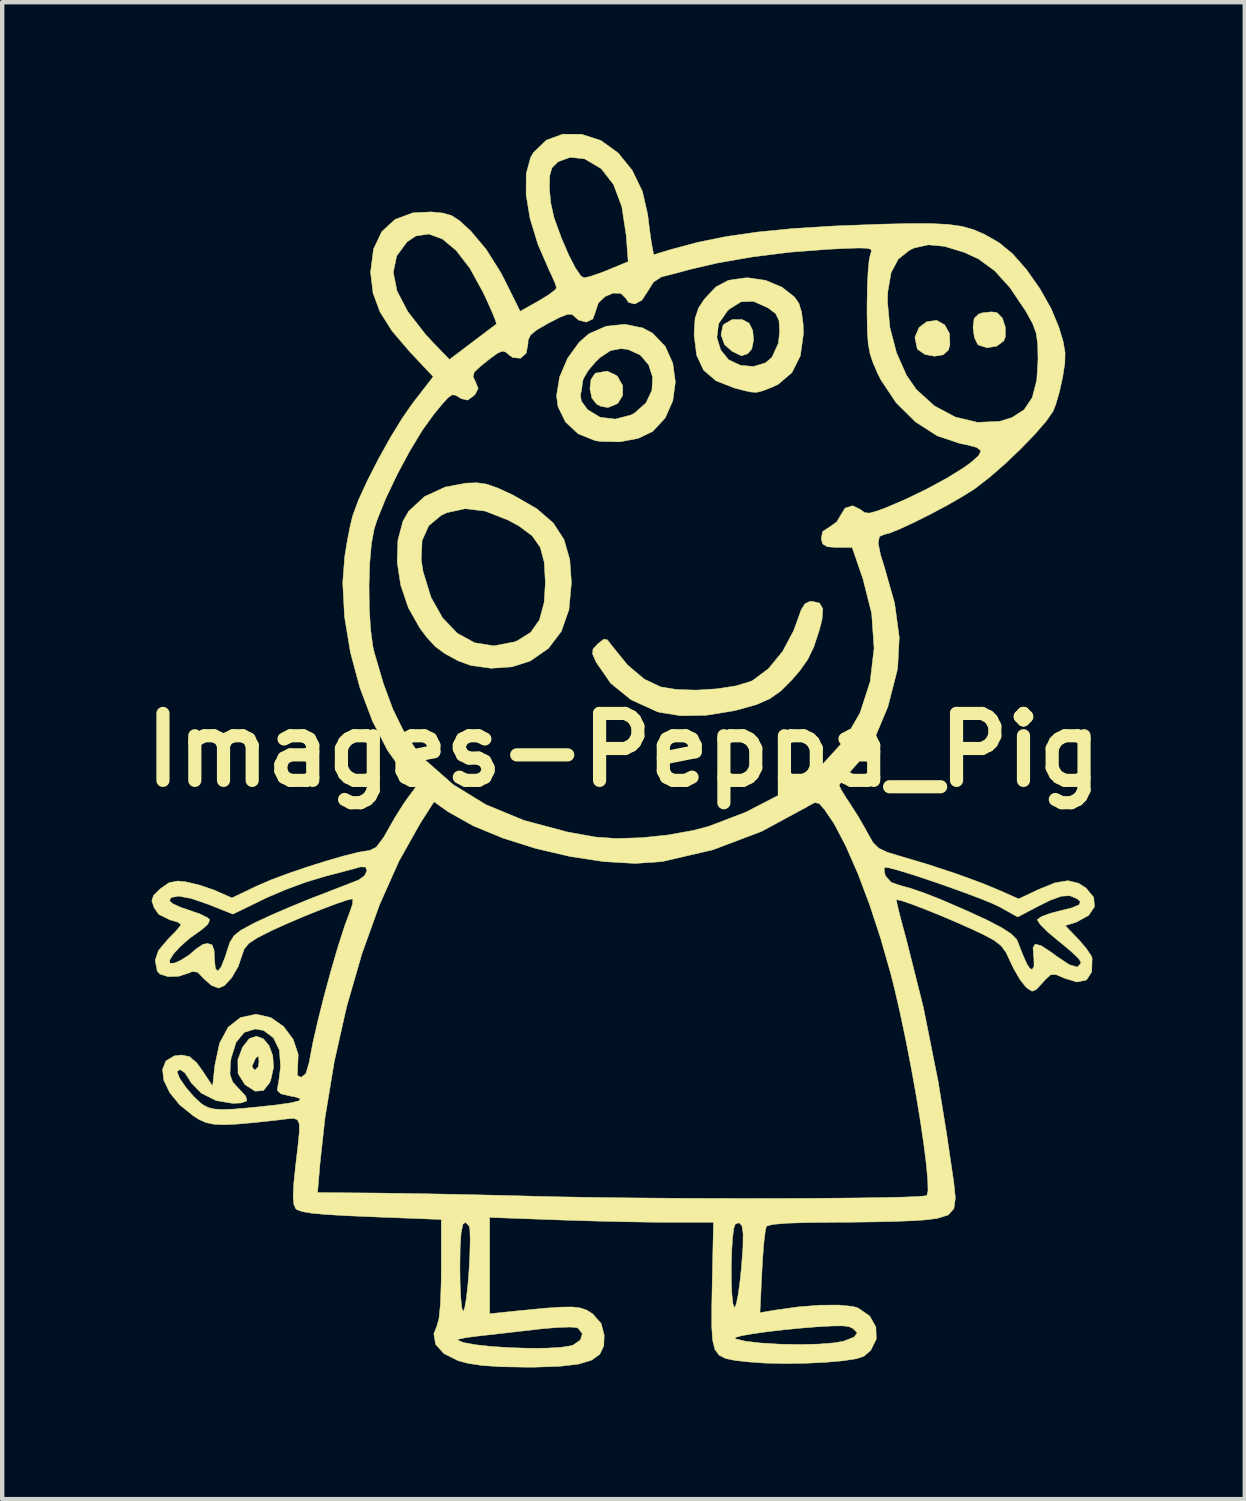
<source format=kicad_pcb>
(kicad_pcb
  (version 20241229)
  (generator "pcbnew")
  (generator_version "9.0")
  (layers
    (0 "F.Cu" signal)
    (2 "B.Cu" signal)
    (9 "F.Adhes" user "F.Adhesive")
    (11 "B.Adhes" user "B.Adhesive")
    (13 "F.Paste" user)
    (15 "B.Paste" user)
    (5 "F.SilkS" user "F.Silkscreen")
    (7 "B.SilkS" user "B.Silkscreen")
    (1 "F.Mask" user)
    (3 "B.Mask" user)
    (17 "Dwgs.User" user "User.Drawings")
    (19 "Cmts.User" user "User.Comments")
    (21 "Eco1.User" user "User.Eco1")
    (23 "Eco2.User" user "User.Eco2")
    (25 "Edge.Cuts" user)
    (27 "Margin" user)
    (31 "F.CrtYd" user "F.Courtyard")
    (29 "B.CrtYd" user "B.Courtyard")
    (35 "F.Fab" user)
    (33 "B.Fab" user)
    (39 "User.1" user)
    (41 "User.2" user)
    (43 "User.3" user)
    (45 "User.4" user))
  (footprint "Images-Peppa_Pig"
    (layer "F.Cu")
    (at 11.147 14.03)
    (property "Reference" "Images-Peppa_Pig" (at 0 0 0) (layer "F.SilkS") (effects (font (size 1.524 1.524) (thickness 0.3))))
    (attr through_hole)
    (fp_poly (pts (xy 7.313 -9.683) (xy 7.423 -9.486) (xy 7.433 -9.23) (xy 7.399 -9.109) (xy 7.28 -9.001) (xy 7.079 -8.969) (xy 6.865 -9.009) (xy 6.706 -9.118) (xy 6.687 -9.147) (xy 6.635 -9.399) (xy 6.733 -9.625) (xy 6.907 -9.755) (xy 7.132 -9.785) (xy 7.313 -9.683)) (stroke (width 0.01) (type solid)) (fill yes) (layer "F.SilkS"))
    (fp_poly (pts (xy -0.164 -8.532) (xy -0.133 -8.503) (xy -0.019 -8.299) (xy -0.018 -8.076) (xy -0.125 -7.902) (xy -0.164 -7.877) (xy -0.354 -7.8) (xy -0.514 -7.828) (xy -0.614 -7.881) (xy -0.721 -8.02) (xy -0.764 -8.23) (xy -0.74 -8.438) (xy -0.649 -8.574) (xy -0.628 -8.585) (xy -0.37 -8.63) (xy -0.164 -8.532)) (stroke (width 0.01) (type solid)) (fill yes) (layer "F.SilkS"))
    (fp_poly (pts (xy 2.862 -9.72) (xy 2.943 -9.554) (xy 2.962 -9.335) (xy 2.921 -9.134) (xy 2.829 -9.026) (xy 2.707 -8.985) (xy 2.681 -8.98) (xy 2.604 -9.017) (xy 2.475 -9.079) (xy 2.3 -9.235) (xy 2.222 -9.452) (xy 2.261 -9.659) (xy 2.287 -9.695) (xy 2.472 -9.803) (xy 2.7 -9.805) (xy 2.862 -9.72)) (stroke (width 0.01) (type solid)) (fill yes) (layer "F.SilkS"))
    (fp_poly (pts (xy 8.506 -9.961) (xy 8.627 -9.838) (xy 8.696 -9.627) (xy 8.695 -9.41) (xy 8.661 -9.321) (xy 8.501 -9.199) (xy 8.281 -9.161) (xy 8.087 -9.222) (xy 8.064 -9.242) (xy 7.99 -9.396) (xy 7.959 -9.621) (xy 7.959 -9.625) (xy 7.985 -9.83) (xy 8.089 -9.93) (xy 8.17 -9.956) (xy 8.381 -9.979) (xy 8.506 -9.961)) (stroke (width 0.01) (type solid)) (fill yes) (layer "F.SilkS"))
    (fp_poly (pts (xy -8.199 6.575) (xy -8.07 6.731) (xy -7.986 6.956) (xy -7.968 7.226) (xy -8.033 7.517) (xy -8.057 7.574) (xy -8.199 7.752) (xy -8.387 7.767) (xy -8.615 7.621) (xy -8.62 7.617) (xy -8.777 7.364) (xy -8.779 7.203) (xy -8.461 7.203) (xy -8.41 7.279) (xy -8.382 7.281) (xy -8.316 7.21) (xy -8.299 7.091) (xy -8.312 6.967) (xy -8.362 6.998) (xy -8.382 7.027) (xy -8.461 7.203) (xy -8.779 7.203) (xy -8.781 7.05) (xy -8.676 6.769) (xy -8.521 6.57) (xy -8.356 6.514) (xy -8.199 6.575)) (stroke (width 0.01) (type solid)) (fill yes) (layer "F.SilkS"))
    (fp_poly (pts (xy 4.464 -3.348) (xy 4.538 -3.217) (xy 4.521 -2.974) (xy 4.457 -2.724) (xy 4.333 -2.349) (xy 4.198 -2.068) (xy 4.013 -1.806) (xy 3.831 -1.596) (xy 3.582 -1.347) (xy 3.332 -1.17) (xy 3.03 -1.037) (xy 2.623 -0.922) (xy 2.507 -0.894) (xy 1.886 -0.793) (xy 1.308 -0.782) (xy 0.82 -0.86) (xy 0.762 -0.878) (xy 0.169 -1.148) (xy -0.292 -1.523) (xy -0.622 -2.001) (xy -0.704 -2.186) (xy -0.694 -2.3) (xy -0.587 -2.418) (xy -0.58 -2.424) (xy -0.449 -2.527) (xy -0.364 -2.509) (xy -0.266 -2.379) (xy 0.092 -1.938) (xy 0.472 -1.617) (xy 0.849 -1.438) (xy 0.85 -1.438) (xy 1.217 -1.379) (xy 1.664 -1.366) (xy 2.133 -1.396) (xy 2.563 -1.463) (xy 2.896 -1.564) (xy 2.94 -1.585) (xy 3.3 -1.853) (xy 3.623 -2.246) (xy 3.875 -2.72) (xy 3.949 -2.923) (xy 4.045 -3.192) (xy 4.133 -3.333) (xy 4.242 -3.384) (xy 4.294 -3.387) (xy 4.464 -3.348)) (stroke (width 0.01) (type solid)) (fill yes) (layer "F.SilkS"))
    (fp_poly (pts (xy 0.44 -9.612) (xy 0.663 -9.493) (xy 0.951 -9.192) (xy 1.123 -8.808) (xy 1.181 -8.381) (xy 1.123 -7.953) (xy 0.951 -7.564) (xy 0.665 -7.256) (xy 0.661 -7.254) (xy 0.334 -7.098) (xy -0.085 -7.019) (xy -0.529 -7.029) (xy -0.651 -7.049) (xy -1.03 -7.201) (xy -1.32 -7.47) (xy -1.491 -7.82) (xy -1.524 -8.072) (xy -1.52 -8.096) (xy -0.981 -8.096) (xy -0.959 -7.946) (xy -0.823 -7.758) (xy -0.816 -7.751) (xy -0.532 -7.578) (xy -0.186 -7.537) (xy 0.17 -7.631) (xy 0.255 -7.676) (xy 0.513 -7.906) (xy 0.647 -8.19) (xy 0.664 -8.491) (xy 0.574 -8.772) (xy 0.383 -8.995) (xy 0.101 -9.124) (xy -0.061 -9.141) (xy -0.296 -9.097) (xy -0.532 -8.94) (xy -0.632 -8.845) (xy -0.807 -8.639) (xy -0.915 -8.454) (xy -0.931 -8.386) (xy -0.958 -8.176) (xy -0.981 -8.096) (xy -1.52 -8.096) (xy -1.455 -8.495) (xy -1.272 -8.922) (xy -1.006 -9.29) (xy -0.784 -9.482) (xy -0.395 -9.652) (xy 0.032 -9.696) (xy 0.44 -9.612)) (stroke (width 0.01) (type solid)) (fill yes) (layer "F.SilkS"))
    (fp_poly (pts (xy 3.241 -10.695) (xy 3.607 -10.541) (xy 3.891 -10.319) (xy 3.992 -10.178) (xy 4.055 -9.973) (xy 4.092 -9.679) (xy 4.097 -9.477) (xy 4.027 -8.977) (xy 3.835 -8.595) (xy 3.523 -8.33) (xy 3.383 -8.264) (xy 3.177 -8.183) (xy 3.035 -8.146) (xy 2.891 -8.154) (xy 2.682 -8.204) (xy 2.524 -8.246) (xy 2.107 -8.409) (xy 1.826 -8.649) (xy 1.666 -8.988) (xy 1.616 -9.392) (xy 2.127 -9.392) (xy 2.214 -9.109) (xy 2.395 -8.888) (xy 2.663 -8.761) (xy 2.961 -8.735) (xy 3.234 -8.818) (xy 3.381 -8.944) (xy 3.529 -9.269) (xy 3.556 -9.538) (xy 3.54 -9.785) (xy 3.466 -9.937) (xy 3.298 -10.066) (xy 3.281 -10.076) (xy 2.957 -10.219) (xy 2.679 -10.21) (xy 2.414 -10.045) (xy 2.364 -9.997) (xy 2.164 -9.707) (xy 2.127 -9.392) (xy 1.616 -9.392) (xy 1.609 -9.447) (xy 1.609 -9.507) (xy 1.63 -9.829) (xy 1.711 -10.07) (xy 1.841 -10.267) (xy 2.103 -10.546) (xy 2.388 -10.698) (xy 2.757 -10.751) (xy 2.85 -10.753) (xy 3.241 -10.695)) (stroke (width 0.01) (type solid)) (fill yes) (layer "F.SilkS"))
    (fp_poly (pts (xy -3.116 -6.056) (xy -2.866 -5.969) (xy -2.53 -5.813) (xy -2.503 -5.8) (xy -1.976 -5.497) (xy -1.599 -5.171) (xy -1.355 -4.795) (xy -1.223 -4.339) (xy -1.186 -3.81) (xy -1.242 -3.198) (xy -1.415 -2.704) (xy -1.709 -2.316) (xy -2.124 -2.028) (xy -2.537 -1.896) (xy -3.014 -1.863) (xy -3.483 -1.929) (xy -3.768 -2.034) (xy -4.072 -2.2) (xy -4.286 -2.358) (xy -4.476 -2.564) (xy -4.638 -2.78) (xy -4.899 -3.241) (xy -5.072 -3.755) (xy -5.153 -4.281) (xy -5.151 -4.33) (xy -4.605 -4.33) (xy -4.565 -4.07) (xy -4.385 -3.483) (xy -4.119 -3.009) (xy -3.782 -2.659) (xy -3.389 -2.444) (xy -2.954 -2.374) (xy -2.492 -2.462) (xy -2.412 -2.493) (xy -2.113 -2.681) (xy -1.914 -2.964) (xy -1.806 -3.363) (xy -1.779 -3.81) (xy -1.804 -4.275) (xy -1.895 -4.617) (xy -2.079 -4.879) (xy -2.379 -5.103) (xy -2.631 -5.239) (xy -3.149 -5.442) (xy -3.607 -5.497) (xy -4.023 -5.406) (xy -4.15 -5.346) (xy -4.435 -5.109) (xy -4.586 -4.771) (xy -4.605 -4.33) (xy -5.151 -4.33) (xy -5.137 -4.78) (xy -5.022 -5.212) (xy -4.891 -5.439) (xy -4.532 -5.772) (xy -4.059 -5.99) (xy -3.583 -6.079) (xy -3.336 -6.087) (xy -3.116 -6.056)) (stroke (width 0.01) (type solid)) (fill yes) (layer "F.SilkS"))
    (fp_poly (pts (xy -0.952 -14.022) (xy -0.515 -13.881) (xy -0.124 -13.599) (xy 0.199 -13.202) (xy 0.432 -12.719) (xy 0.552 -12.192) (xy 0.589 -11.884) (xy 0.627 -11.612) (xy 0.645 -11.503) (xy 0.687 -11.28) (xy 1.084 -11.4) (xy 1.685 -11.561) (xy 2.333 -11.693) (xy 3.054 -11.797) (xy 3.87 -11.877) (xy 4.807 -11.935) (xy 5.884 -11.976) (xy 6.518 -11.99) (xy 7.013 -11.989) (xy 7.4 -11.969) (xy 7.71 -11.925) (xy 7.973 -11.851) (xy 8.22 -11.743) (xy 8.481 -11.596) (xy 8.561 -11.547) (xy 8.86 -11.301) (xy 9.177 -10.94) (xy 9.481 -10.508) (xy 9.738 -10.052) (xy 9.914 -9.627) (xy 10.012 -9.299) (xy 10.055 -9.053) (xy 10.05 -8.813) (xy 10.002 -8.504) (xy 9.999 -8.488) (xy 9.928 -8.163) (xy 9.845 -7.876) (xy 9.78 -7.713) (xy 9.623 -7.487) (xy 9.365 -7.19) (xy 9.042 -6.856) (xy 8.686 -6.517) (xy 8.332 -6.209) (xy 8.014 -5.963) (xy 7.969 -5.932) (xy 7.694 -5.76) (xy 7.354 -5.566) (xy 6.984 -5.369) (xy 6.62 -5.187) (xy 6.299 -5.038) (xy 6.057 -4.94) (xy 5.94 -4.911) (xy 5.828 -4.864) (xy 5.799 -4.713) (xy 5.855 -4.44) (xy 5.928 -4.211) (xy 6.174 -3.344) (xy 6.279 -2.567) (xy 6.244 -1.881) (xy 6.229 -1.8) (xy 6.021 -0.989) (xy 5.738 -0.312) (xy 5.368 0.255) (xy 5.169 0.482) (xy 5.012 0.657) (xy 4.921 0.781) (xy 4.911 0.806) (xy 4.955 0.9) (xy 5.067 1.084) (xy 5.153 1.212) (xy 5.343 1.509) (xy 5.524 1.823) (xy 5.572 1.914) (xy 5.685 2.11) (xy 5.814 2.235) (xy 6.01 2.327) (xy 6.282 2.41) (xy 6.931 2.602) (xy 7.573 2.814) (xy 8.152 3.025) (xy 8.53 3.181) (xy 8.998 3.388) (xy 9.447 3.176) (xy 9.828 3.021) (xy 10.12 2.974) (xy 10.363 3.032) (xy 10.53 3.139) (xy 10.707 3.352) (xy 10.725 3.568) (xy 10.591 3.764) (xy 10.314 3.917) (xy 10.257 3.936) (xy 10.058 3.996) (xy 10.356 4.305) (xy 10.532 4.508) (xy 10.648 4.68) (xy 10.671 4.741) (xy 10.662 5.051) (xy 10.544 5.234) (xy 10.327 5.281) (xy 10.044 5.195) (xy 9.848 5.111) (xy 9.726 5.116) (xy 9.603 5.227) (xy 9.54 5.3) (xy 9.397 5.454) (xy 9.303 5.491) (xy 9.2 5.426) (xy 9.16 5.391) (xy 9.028 5.224) (xy 8.882 4.971) (xy 8.81 4.818) (xy 8.71 4.607) (xy 8.6 4.456) (xy 8.441 4.332) (xy 8.192 4.198) (xy 7.977 4.097) (xy 7.611 3.933) (xy 7.231 3.771) (xy 6.869 3.625) (xy 6.558 3.506) (xy 6.331 3.429) (xy 6.221 3.405) (xy 6.216 3.407) (xy 6.228 3.493) (xy 6.279 3.707) (xy 6.359 4.014) (xy 6.436 4.296) (xy 6.828 5.856) (xy 7.165 7.546) (xy 7.362 8.763) (xy 7.419 9.153) (xy 7.479 9.559) (xy 7.519 9.828) (xy 7.557 10.2) (xy 7.523 10.442) (xy 7.393 10.586) (xy 7.142 10.664) (xy 6.871 10.698) (xy 6.595 10.716) (xy 6.191 10.732) (xy 5.703 10.743) (xy 5.172 10.75) (xy 4.81 10.752) (xy 4.172 10.758) (xy 3.702 10.774) (xy 3.399 10.801) (xy 3.261 10.839) (xy 3.254 10.846) (xy 3.227 10.965) (xy 3.197 11.214) (xy 3.17 11.555) (xy 3.152 11.876) (xy 3.107 12.811) (xy 3.438 12.754) (xy 3.971 12.679) (xy 4.472 12.639) (xy 4.903 12.636) (xy 5.226 12.669) (xy 5.34 12.702) (xy 5.606 12.886) (xy 5.747 13.136) (xy 5.757 13.411) (xy 5.63 13.667) (xy 5.476 13.802) (xy 5.305 13.858) (xy 5.002 13.905) (xy 4.606 13.94) (xy 4.153 13.962) (xy 3.681 13.969) (xy 3.229 13.959) (xy 2.839 13.931) (xy 2.546 13.898) (xy 2.329 13.855) (xy 2.178 13.779) (xy 2.081 13.646) (xy 2.029 13.434) (xy 2.027 13.403) (xy 2.54 13.403) (xy 2.774 13.46) (xy 3.128 13.501) (xy 3.557 13.527) (xy 4.011 13.535) (xy 4.443 13.525) (xy 4.806 13.496) (xy 5.016 13.458) (xy 5.253 13.365) (xy 5.323 13.268) (xy 5.225 13.169) (xy 5.128 13.126) (xy 4.994 13.11) (xy 4.748 13.113) (xy 4.423 13.131) (xy 4.049 13.161) (xy 3.659 13.199) (xy 3.283 13.243) (xy 2.952 13.289) (xy 2.697 13.333) (xy 2.55 13.373) (xy 2.54 13.403) (xy 2.027 13.403) (xy 2.009 13.118) (xy 2.01 12.675) (xy 2.019 12.199) (xy 2.028 11.756) (xy 2.455 11.756) (xy 2.457 12.096) (xy 2.469 12.394) (xy 2.492 12.609) (xy 2.526 12.699) (xy 2.529 12.7) (xy 2.566 12.621) (xy 2.61 12.408) (xy 2.653 12.095) (xy 2.685 11.79) (xy 2.72 11.324) (xy 2.724 11.009) (xy 2.696 10.827) (xy 2.634 10.763) (xy 2.547 10.79) (xy 2.511 10.89) (xy 2.483 11.112) (xy 2.464 11.414) (xy 2.455 11.756) (xy 2.028 11.756) (xy 2.049 10.753) (xy 1.038 10.753) (xy 0.598 10.749) (xy 0.045 10.74) (xy -0.565 10.726) (xy -1.178 10.708) (xy -1.51 10.697) (xy -3.048 10.641) (xy -3.048 12.834) (xy -2.307 12.758) (xy -1.798 12.709) (xy -1.426 12.683) (xy -1.162 12.68) (xy -0.974 12.704) (xy -0.833 12.754) (xy -0.708 12.833) (xy -0.702 12.837) (xy -0.508 13.057) (xy -0.439 13.323) (xy -0.45 13.57) (xy -0.54 13.757) (xy -0.727 13.892) (xy -1.027 13.982) (xy -1.456 14.032) (xy -2.032 14.051) (xy -2.226 14.051) (xy -2.788 14.041) (xy -3.214 14.013) (xy -3.54 13.964) (xy -3.767 13.903) (xy -4.092 13.74) (xy -4.279 13.529) (xy -4.295 13.432) (xy -3.783 13.432) (xy -3.643 13.49) (xy -3.373 13.54) (xy -3.011 13.579) (xy -2.596 13.606) (xy -2.167 13.62) (xy -1.764 13.618) (xy -1.423 13.599) (xy -1.185 13.561) (xy -1.149 13.549) (xy -0.981 13.432) (xy -0.937 13.289) (xy -1.028 13.169) (xy -1.067 13.15) (xy -1.207 13.137) (xy -1.47 13.145) (xy -1.812 13.172) (xy -2.02 13.195) (xy -2.444 13.244) (xy -2.871 13.293) (xy -3.227 13.333) (xy -3.327 13.344) (xy -3.582 13.378) (xy -3.746 13.411) (xy -3.783 13.432) (xy -4.295 13.432) (xy -4.318 13.291) (xy -4.251 13.12) (xy -4.202 12.945) (xy -4.168 12.609) (xy -4.151 12.119) (xy -4.149 11.822) (xy -4.149 11.769) (xy -3.725 11.769) (xy -3.72 12.161) (xy -3.704 12.483) (xy -3.681 12.702) (xy -3.652 12.785) (xy -3.652 12.785) (xy -3.617 12.706) (xy -3.579 12.492) (xy -3.543 12.177) (xy -3.518 11.856) (xy -3.498 11.472) (xy -3.491 11.148) (xy -3.497 10.924) (xy -3.512 10.84) (xy -3.595 10.751) (xy -3.656 10.796) (xy -3.697 10.984) (xy -3.719 11.325) (xy -3.725 11.769) (xy -4.149 11.769) (xy -4.149 10.688) (xy -5.755 10.626) (xy -6.351 10.6) (xy -6.797 10.573) (xy -7.113 10.543) (xy -7.319 10.508) (xy -7.434 10.466) (xy -7.463 10.441) (xy -7.507 10.342) (xy -7.522 10.166) (xy -7.518 10.075) (xy -6.966 10.075) (xy -5.621 10.086) (xy -5.145 10.092) (xy -4.543 10.102) (xy -3.86 10.115) (xy -3.138 10.131) (xy -2.421 10.148) (xy -2.032 10.159) (xy -1.412 10.173) (xy -0.717 10.185) (xy 0.035 10.195) (xy 0.826 10.202) (xy 1.638 10.207) (xy 2.452 10.209) (xy 3.25 10.21) (xy 4.015 10.208) (xy 4.728 10.203) (xy 5.37 10.197) (xy 5.925 10.188) (xy 6.373 10.178) (xy 6.696 10.165) (xy 6.877 10.15) (xy 6.908 10.142) (xy 6.934 10.035) (xy 6.928 9.786) (xy 6.894 9.417) (xy 6.835 8.952) (xy 6.755 8.414) (xy 6.658 7.826) (xy 6.547 7.211) (xy 6.427 6.593) (xy 6.301 5.994) (xy 6.173 5.437) (xy 6.094 5.122) (xy 5.859 4.297) (xy 5.602 3.513) (xy 5.332 2.798) (xy 5.315 2.761) (xy 5.939 2.761) (xy 5.964 2.863) (xy 6.096 3.011) (xy 6.311 3.085) (xy 6.534 3.146) (xy 6.847 3.253) (xy 7.187 3.386) (xy 7.218 3.399) (xy 7.823 3.66) (xy 8.283 3.872) (xy 8.614 4.045) (xy 8.83 4.186) (xy 8.947 4.303) (xy 8.97 4.346) (xy 9.098 4.673) (xy 9.186 4.871) (xy 9.249 4.968) (xy 9.303 4.995) (xy 9.306 4.995) (xy 9.348 4.922) (xy 9.345 4.739) (xy 9.339 4.699) (xy 9.325 4.5) (xy 9.375 4.418) (xy 9.508 4.452) (xy 9.739 4.602) (xy 9.87 4.7) (xy 10.152 4.887) (xy 10.333 4.941) (xy 10.411 4.862) (xy 10.414 4.821) (xy 10.352 4.734) (xy 10.186 4.578) (xy 9.952 4.382) (xy 9.904 4.345) (xy 9.665 4.145) (xy 9.494 3.976) (xy 9.424 3.87) (xy 9.424 3.859) (xy 9.517 3.791) (xy 9.724 3.715) (xy 9.898 3.67) (xy 10.214 3.59) (xy 10.376 3.521) (xy 10.402 3.451) (xy 10.327 3.383) (xy 10.164 3.316) (xy 9.973 3.326) (xy 9.714 3.42) (xy 9.45 3.551) (xy 8.977 3.8) (xy 8.583 3.579) (xy 8.397 3.491) (xy 8.108 3.374) (xy 7.749 3.239) (xy 7.352 3.096) (xy 6.95 2.958) (xy 6.575 2.834) (xy 6.26 2.738) (xy 6.038 2.679) (xy 5.941 2.669) (xy 5.94 2.669) (xy 5.939 2.761) (xy 5.315 2.761) (xy 5.059 2.177) (xy 4.795 1.674) (xy 4.579 1.355) (xy 4.456 1.216) (xy 4.354 1.195) (xy 4.197 1.279) (xy 4.174 1.294) (xy 3.145 1.851) (xy 2.036 2.27) (xy 0.883 2.538) (xy 0.268 2.581) (xy -0.445 2.54) (xy -1.213 2.423) (xy -1.994 2.241) (xy -2.745 2.004) (xy -3.424 1.723) (xy -3.988 1.407) (xy -4.063 1.355) (xy -4.314 1.176) (xy -4.627 1.665) (xy -5.112 2.527) (xy -5.558 3.528) (xy -5.957 4.641) (xy -6.303 5.838) (xy -6.585 7.092) (xy -6.797 8.375) (xy -6.911 9.419) (xy -6.966 10.075) (xy -7.518 10.075) (xy -7.509 9.883) (xy -7.466 9.464) (xy -7.465 9.456) (xy -7.412 9.007) (xy -7.382 8.702) (xy -7.382 8.513) (xy -7.423 8.417) (xy -7.511 8.386) (xy -7.656 8.397) (xy -7.811 8.416) (xy -8.371 8.478) (xy -8.793 8.516) (xy -9.103 8.53) (xy -9.332 8.519) (xy -9.506 8.481) (xy -9.655 8.416) (xy -9.782 8.338) (xy -10.105 8.078) (xy -10.334 7.797) (xy -10.467 7.52) (xy -10.488 7.34) (xy -10.16 7.34) (xy -10.105 7.476) (xy -9.968 7.675) (xy -9.792 7.882) (xy -9.618 8.046) (xy -9.572 8.078) (xy -9.463 8.136) (xy -9.33 8.171) (xy -9.144 8.184) (xy -8.879 8.175) (xy -8.505 8.143) (xy -7.995 8.089) (xy -7.916 8.081) (xy -7.571 8.032) (xy -7.384 7.984) (xy -7.359 7.936) (xy -7.498 7.892) (xy -7.578 7.879) (xy -7.803 7.826) (xy -7.883 7.747) (xy -7.88 7.704) (xy -7.85 7.545) (xy -7.819 7.297) (xy -7.809 7.196) (xy -7.835 6.832) (xy -7.969 6.553) (xy -8.193 6.385) (xy -8.386 6.35) (xy -8.637 6.428) (xy -8.822 6.654) (xy -8.935 7.017) (xy -8.951 7.134) (xy -8.96 7.387) (xy -8.898 7.558) (xy -8.771 7.698) (xy -8.6 7.881) (xy -8.576 7.987) (xy -8.707 8.035) (xy -8.901 8.043) (xy -9.275 7.981) (xy -9.608 7.814) (xy -9.846 7.574) (xy -9.89 7.495) (xy -9.988 7.348) (xy -10.092 7.276) (xy -10.156 7.307) (xy -10.16 7.34) (xy -10.488 7.34) (xy -10.496 7.272) (xy -10.419 7.078) (xy -10.229 6.963) (xy -10.06 6.943) (xy -9.882 6.98) (xy -9.722 7.116) (xy -9.59 7.297) (xy -9.356 7.651) (xy -9.304 7.173) (xy -9.197 6.672) (xy -9.001 6.31) (xy -8.721 6.089) (xy -8.367 6.014) (xy -8.033 6.089) (xy -7.741 6.292) (xy -7.522 6.585) (xy -7.407 6.926) (xy -7.42 7.255) (xy -7.426 7.41) (xy -7.34 7.451) (xy -7.233 7.369) (xy -7.159 7.121) (xy -7.154 7.091) (xy -7.075 6.672) (xy -6.957 6.156) (xy -6.814 5.587) (xy -6.657 5.01) (xy -6.499 4.47) (xy -6.351 4.01) (xy -6.235 3.698) (xy -6.169 3.504) (xy -6.162 3.395) (xy -6.175 3.387) (xy -6.308 3.419) (xy -6.558 3.505) (xy -6.887 3.63) (xy -7.259 3.779) (xy -7.634 3.939) (xy -7.977 4.093) (xy -8.015 4.111) (xy -8.336 4.273) (xy -8.532 4.403) (xy -8.636 4.528) (xy -8.674 4.637) (xy -8.774 4.93) (xy -8.924 5.187) (xy -9.091 5.365) (xy -9.221 5.419) (xy -9.386 5.356) (xy -9.554 5.205) (xy -9.557 5.202) (xy -9.696 5.058) (xy -9.819 5.042) (xy -9.896 5.075) (xy -10.13 5.151) (xy -10.372 5.158) (xy -10.557 5.099) (xy -10.617 5.031) (xy -10.664 4.787) (xy -10.588 4.562) (xy -10.375 4.311) (xy -10.373 4.309) (xy -10.2 4.132) (xy -10.093 4.003) (xy -10.076 3.969) (xy -10.149 3.917) (xy -10.324 3.866) (xy -10.33 3.865) (xy -10.583 3.738) (xy -10.687 3.59) (xy -10.74 3.431) (xy -10.74 3.429) (xy -10.339 3.429) (xy -10.266 3.497) (xy -10.076 3.583) (xy -9.897 3.643) (xy -9.645 3.73) (xy -9.471 3.817) (xy -9.422 3.864) (xy -9.465 3.967) (xy -9.61 4.094) (xy -9.628 4.106) (xy -9.883 4.288) (xy -10.095 4.475) (xy -10.25 4.646) (xy -10.332 4.78) (xy -10.328 4.854) (xy -10.223 4.849) (xy -10.09 4.791) (xy -9.883 4.66) (xy -9.741 4.535) (xy -9.575 4.423) (xy -9.472 4.403) (xy -9.368 4.435) (xy -9.322 4.559) (xy -9.313 4.746) (xy -9.294 4.969) (xy -9.24 5.032) (xy -9.162 4.941) (xy -9.066 4.7) (xy -9.033 4.589) (xy -8.96 4.373) (xy -8.867 4.225) (xy -8.711 4.101) (xy -8.451 3.96) (xy -8.375 3.922) (xy -8.044 3.768) (xy -7.626 3.587) (xy -7.192 3.408) (xy -7.027 3.344) (xy -6.666 3.204) (xy -6.346 3.08) (xy -6.113 2.989) (xy -6.032 2.958) (xy -5.897 2.861) (xy -5.841 2.745) (xy -5.873 2.662) (xy -5.99 2.66) (xy -6.139 2.702) (xy -6.402 2.772) (xy -6.728 2.857) (xy -6.816 2.88) (xy -7.228 3.005) (xy -7.697 3.178) (xy -8.132 3.364) (xy -8.193 3.394) (xy -8.894 3.735) (xy -9.448 3.514) (xy -9.843 3.378) (xy -10.131 3.325) (xy -10.3 3.356) (xy -10.339 3.429) (xy -10.74 3.429) (xy -10.701 3.31) (xy -10.547 3.159) (xy -10.545 3.157) (xy -10.348 3.019) (xy -10.15 2.981) (xy -9.959 3.001) (xy -9.652 3.074) (xy -9.327 3.185) (xy -9.266 3.211) (xy -8.916 3.366) (xy -8.331 3.086) (xy -8.03 2.957) (xy -7.642 2.812) (xy -7.208 2.664) (xy -6.768 2.525) (xy -6.36 2.407) (xy -6.025 2.324) (xy -5.802 2.287) (xy -5.779 2.286) (xy -5.63 2.211) (xy -5.457 1.981) (xy -5.378 1.841) (xy -5.206 1.539) (xy -5.026 1.252) (xy -4.935 1.119) (xy -4.729 0.841) (xy -4.976 0.559) (xy -5.37 0.011) (xy -5.716 -0.662) (xy -6.002 -1.421) (xy -6.218 -2.226) (xy -6.352 -3.036) (xy -6.39 -3.757) (xy -5.794 -3.757) (xy -5.788 -3.235) (xy -5.759 -2.753) (xy -5.707 -2.361) (xy -5.681 -2.244) (xy -5.468 -1.518) (xy -5.251 -0.931) (xy -5.016 -0.451) (xy -4.747 -0.048) (xy -4.508 0.231) (xy -3.878 0.786) (xy -3.135 1.241) (xy -2.269 1.599) (xy -1.271 1.866) (xy -0.635 1.98) (xy -0.159 2.013) (xy 0.412 1.995) (xy 1.016 1.932) (xy 1.588 1.829) (xy 1.947 1.734) (xy 2.786 1.413) (xy 3.583 1.001) (xy 4.286 0.528) (xy 4.528 0.328) (xy 5.024 -0.216) (xy 5.388 -0.852) (xy 5.617 -1.56) (xy 5.706 -2.32) (xy 5.651 -3.112) (xy 5.454 -3.895) (xy 5.207 -4.614) (xy 4.868 -4.614) (xy 4.644 -4.629) (xy 4.538 -4.692) (xy 4.503 -4.805) (xy 4.534 -4.977) (xy 4.682 -5.073) (xy 4.857 -5.197) (xy 4.933 -5.327) (xy 5.045 -5.509) (xy 5.218 -5.565) (xy 5.395 -5.479) (xy 5.488 -5.408) (xy 5.6 -5.396) (xy 5.785 -5.448) (xy 5.96 -5.513) (xy 6.422 -5.71) (xy 6.907 -5.945) (xy 7.363 -6.192) (xy 7.74 -6.425) (xy 7.903 -6.542) (xy 8.087 -6.704) (xy 8.139 -6.813) (xy 8.048 -6.89) (xy 7.804 -6.955) (xy 7.665 -6.981) (xy 7.143 -7.156) (xy 6.648 -7.474) (xy 6.209 -7.909) (xy 5.858 -8.435) (xy 5.789 -8.574) (xy 5.684 -8.814) (xy 5.615 -9.023) (xy 5.573 -9.246) (xy 5.553 -9.529) (xy 5.546 -9.917) (xy 5.546 -10.118) (xy 5.547 -10.208) (xy 6.011 -10.208) (xy 6.066 -9.625) (xy 6.216 -9.049) (xy 6.444 -8.535) (xy 6.666 -8.213) (xy 7.08 -7.837) (xy 7.556 -7.584) (xy 8.06 -7.463) (xy 8.56 -7.485) (xy 8.845 -7.571) (xy 9.122 -7.75) (xy 9.307 -8.027) (xy 9.41 -8.423) (xy 9.439 -8.893) (xy 9.432 -9.243) (xy 9.397 -9.494) (xy 9.315 -9.716) (xy 9.17 -9.978) (xy 9.15 -10.011) (xy 8.799 -10.532) (xy 8.453 -10.914) (xy 8.085 -11.183) (xy 7.765 -11.332) (xy 7.308 -11.471) (xy 6.942 -11.505) (xy 6.626 -11.436) (xy 6.517 -11.386) (xy 6.257 -11.18) (xy 6.093 -10.87) (xy 6.018 -10.437) (xy 6.011 -10.208) (xy 5.547 -10.208) (xy 5.552 -10.53) (xy 5.569 -10.89) (xy 5.594 -11.16) (xy 5.624 -11.296) (xy 5.648 -11.362) (xy 5.629 -11.406) (xy 5.539 -11.428) (xy 5.355 -11.433) (xy 5.05 -11.423) (xy 4.65 -11.403) (xy 3.788 -11.337) (xy 2.928 -11.229) (xy 2.128 -11.089) (xy 1.524 -10.948) (xy 1.228 -10.868) (xy 0.973 -10.802) (xy 0.865 -10.776) (xy 0.683 -10.657) (xy 0.551 -10.446) (xy 0.42 -10.247) (xy 0.261 -10.158) (xy 0.118 -10.192) (xy 0.054 -10.287) (xy -0.06 -10.4) (xy -0.235 -10.406) (xy -0.422 -10.326) (xy -0.572 -10.182) (xy -0.635 -9.996) (xy -0.635 -9.991) (xy -0.698 -9.817) (xy -0.848 -9.745) (xy -1.024 -9.793) (xy -1.097 -9.859) (xy -1.172 -9.921) (xy -1.276 -9.923) (xy -1.449 -9.855) (xy -1.697 -9.728) (xy -1.969 -9.572) (xy -2.116 -9.452) (xy -2.172 -9.334) (xy -2.174 -9.253) (xy -2.215 -9.038) (xy -2.345 -8.923) (xy -2.519 -8.938) (xy -2.599 -8.993) (xy -2.684 -9.064) (xy -2.76 -9.084) (xy -2.866 -9.039) (xy -3.037 -8.915) (xy -3.248 -8.747) (xy -3.397 -8.609) (xy -3.425 -8.501) (xy -3.371 -8.389) (xy -3.309 -8.235) (xy -3.376 -8.104) (xy -3.411 -8.068) (xy -3.549 -7.969) (xy -3.689 -8.002) (xy -3.734 -8.029) (xy -3.828 -8.083) (xy -3.904 -8.089) (xy -3.996 -8.025) (xy -4.134 -7.871) (xy -4.318 -7.648) (xy -4.582 -7.281) (xy -4.869 -6.806) (xy -5.154 -6.275) (xy -5.409 -5.74) (xy -5.606 -5.254) (xy -5.677 -5.037) (xy -5.738 -4.709) (xy -5.778 -4.265) (xy -5.794 -3.757) (xy -6.39 -3.757) (xy -6.393 -3.811) (xy -6.348 -4.405) (xy -6.29 -4.762) (xy -6.225 -5.094) (xy -6.168 -5.331) (xy -6.167 -5.334) (xy -6.037 -5.687) (xy -5.833 -6.132) (xy -5.582 -6.624) (xy -5.309 -7.115) (xy -5.036 -7.56) (xy -4.79 -7.912) (xy -4.789 -7.913) (xy -4.332 -8.503) (xy -4.858 -9.061) (xy -5.27 -9.543) (xy -5.546 -9.981) (xy -5.703 -10.409) (xy -5.757 -10.859) (xy -5.757 -10.88) (xy -5.242 -10.88) (xy -5.158 -10.458) (xy -4.914 -9.988) (xy -4.512 -9.47) (xy -4.323 -9.266) (xy -3.962 -8.894) (xy -3.441 -9.288) (xy -3.191 -9.477) (xy -2.998 -9.623) (xy -2.898 -9.698) (xy -2.893 -9.702) (xy -2.914 -9.782) (xy -2.994 -9.98) (xy -3.12 -10.26) (xy -3.199 -10.428) (xy -3.497 -10.971) (xy -3.809 -11.377) (xy -4.124 -11.639) (xy -4.433 -11.751) (xy -4.728 -11.707) (xy -4.929 -11.572) (xy -5.165 -11.252) (xy -5.242 -10.88) (xy -5.757 -10.88) (xy -5.757 -10.9) (xy -5.692 -11.408) (xy -5.504 -11.805) (xy -5.202 -12.083) (xy -4.794 -12.234) (xy -4.379 -12.255) (xy -4.107 -12.228) (xy -3.912 -12.171) (xy -3.732 -12.053) (xy -3.506 -11.845) (xy -3.469 -11.809) (xy -3.124 -11.398) (xy -2.797 -10.878) (xy -2.7 -10.692) (xy -2.353 -9.991) (xy -1.939 -10.224) (xy -1.712 -10.362) (xy -1.562 -10.475) (xy -1.524 -10.523) (xy -1.559 -10.635) (xy -1.647 -10.833) (xy -1.682 -10.904) (xy -1.948 -11.515) (xy -2.128 -12.106) (xy -2.218 -12.65) (xy -2.217 -12.787) (xy -1.688 -12.787) (xy -1.655 -12.453) (xy -1.584 -12.132) (xy -1.567 -12.081) (xy -1.409 -11.649) (xy -1.247 -11.273) (xy -1.096 -10.98) (xy -0.971 -10.799) (xy -0.901 -10.753) (xy -0.763 -10.784) (xy -0.529 -10.863) (xy -0.339 -10.938) (xy 0.107 -11.123) (xy 0.061 -11.726) (xy -0.038 -12.374) (xy -0.227 -12.879) (xy -0.507 -13.24) (xy -0.875 -13.457) (xy -0.897 -13.465) (xy -1.213 -13.498) (xy -1.489 -13.398) (xy -1.629 -13.259) (xy -1.681 -13.075) (xy -1.688 -12.787) (xy -2.217 -12.787) (xy -2.215 -13.122) (xy -2.115 -13.495) (xy -2.05 -13.606) (xy -1.758 -13.888) (xy -1.383 -14.025) (xy -0.952 -14.022)) (stroke (width 0.01) (type solid)) (fill yes) (layer "F.SilkS")))
  (gr_rect
    (start -3 -3)
    (end 25.294 31.086)
    (stroke (width 0.1) (type default))
    (fill no)
    (layer "Edge.Cuts")))
</source>
